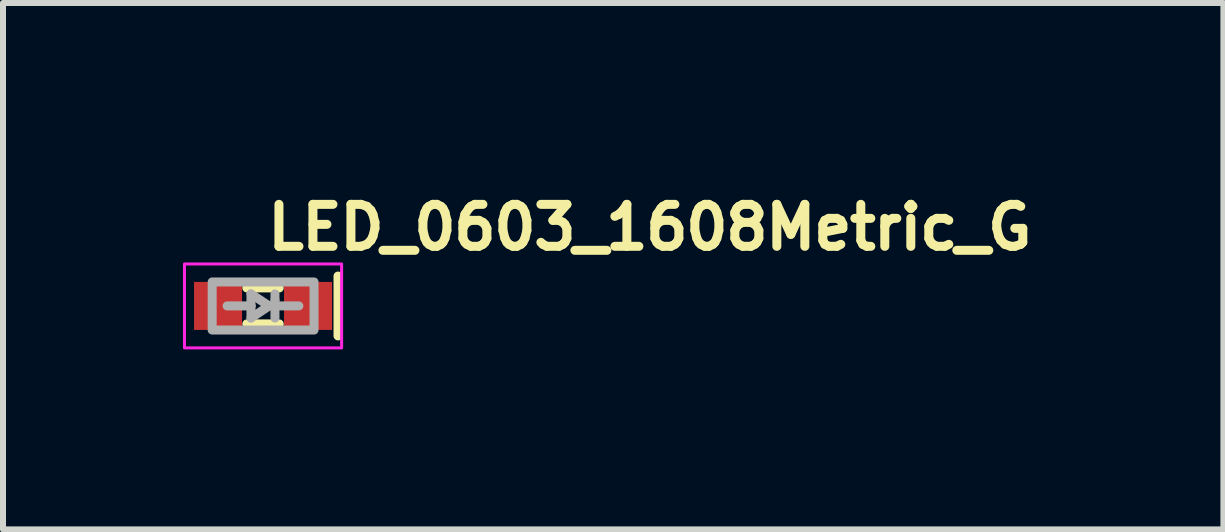
<source format=kicad_pcb>
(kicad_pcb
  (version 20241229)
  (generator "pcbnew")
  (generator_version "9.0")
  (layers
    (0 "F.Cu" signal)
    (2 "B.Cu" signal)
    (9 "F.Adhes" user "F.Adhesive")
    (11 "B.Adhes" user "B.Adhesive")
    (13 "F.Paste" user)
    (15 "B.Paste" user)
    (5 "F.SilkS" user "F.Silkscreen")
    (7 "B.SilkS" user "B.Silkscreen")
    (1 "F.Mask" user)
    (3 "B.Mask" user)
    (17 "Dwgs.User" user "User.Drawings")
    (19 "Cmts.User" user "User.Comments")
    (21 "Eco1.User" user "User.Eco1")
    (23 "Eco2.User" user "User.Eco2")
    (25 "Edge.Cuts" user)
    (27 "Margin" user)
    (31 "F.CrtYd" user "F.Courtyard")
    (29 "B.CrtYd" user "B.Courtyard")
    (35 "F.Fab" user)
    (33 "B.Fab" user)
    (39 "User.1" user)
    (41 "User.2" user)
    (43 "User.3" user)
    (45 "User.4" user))
  (footprint "LED_0603_1608Metric_G"
    (layer "F.Cu")
    (at 1.335 2.05)
    (property "Reference" "LED_0603_1608Metric_G" (at 0 -0.9 0) (layer "F.SilkS") (effects (font (size 0.7 0.7) (thickness 0.15)) (justify left bottom)))
    (attr smd)
    (fp_line (start -0.27 -0.3) (end 0.27 -0.3) (stroke (width 0.15) (type solid)) (layer "F.SilkS"))
    (fp_line (start -0.27 0.3) (end 0.27 0.3) (stroke (width 0.15) (type solid)) (layer "F.SilkS"))
    (fp_line (start 1.25 0.5) (end 1.25 -0.498) (stroke (width 0.15) (type solid)) (layer "F.SilkS"))
    (fp_rect (start 1.31 0.7) (end -1.31 -0.7) (stroke (width 0.05) (type solid)) (fill no) (layer "F.CrtYd"))
    (fp_line (start -0.599 0) (end -0.201 0) (stroke (width 0.15) (type solid)) (layer "F.Fab"))
    (fp_line (start -0.201 -0.2) (end -0.201 0) (stroke (width 0.15) (type solid)) (layer "F.Fab"))
    (fp_line (start -0.201 0) (end -0.201 0.202) (stroke (width 0.15) (type solid)) (layer "F.Fab"))
    (fp_line (start -0.201 0.202) (end 0.101 0) (stroke (width 0.15) (type solid)) (layer "F.Fab"))
    (fp_line (start 0.101 0) (end -0.201 -0.2) (stroke (width 0.15) (type solid)) (layer "F.Fab"))
    (fp_line (start 0.199 -0.2) (end 0.199 -0.1) (stroke (width 0.15) (type solid)) (layer "F.Fab"))
    (fp_line (start 0.199 0) (end 0.597 0) (stroke (width 0.15) (type solid)) (layer "F.Fab"))
    (fp_line (start 0.199 0.202) (end 0.199 -0.1) (stroke (width 0.15) (type solid)) (layer "F.Fab"))
    (fp_rect (start -0.848 -0.4) (end 0.85 0.402) (stroke (width 0.15) (type solid)) (fill no) (layer "F.Fab"))
    (fp_rect (start 0.81 0.4) (end -0.81 -0.4) (stroke (width 0.1) (type solid)) (fill no) (layer "User.5"))
    (fp_line (start -0.81 -0.34) (end -0.81 -0.148) (stroke (width 0.02) (type solid)) (layer "User.9"))
    (fp_line (start -0.81 -0.148) (end -0.802 -0.148) (stroke (width 0.02) (type solid)) (layer "User.9"))
    (fp_line (start -0.81 0.15) (end -0.81 0.342) (stroke (width 0.02) (type solid)) (layer "User.9"))
    (fp_line (start -0.81 0.342) (end -0.578 0.342) (stroke (width 0.02) (type solid)) (layer "User.9"))
    (fp_line (start -0.802 -0.148) (end -0.794 -0.148) (stroke (width 0.02) (type solid)) (layer "User.9"))
    (fp_line (start -0.802 0.15) (end -0.81 0.15) (stroke (width 0.02) (type solid)) (layer "User.9"))
    (fp_line (start -0.8 -0.4) (end -0.8 -0.34) (stroke (width 0.02) (type solid)) (layer "User.9"))
    (fp_line (start -0.8 0.342) (end -0.8 0.402) (stroke (width 0.02) (type solid)) (layer "User.9"))
    (fp_line (start -0.8 0.402) (end 0.802 0.402) (stroke (width 0.02) (type solid)) (layer "User.9"))
    (fp_line (start -0.794 -0.148) (end -0.786 -0.148) (stroke (width 0.02) (type solid)) (layer "User.9"))
    (fp_line (start -0.794 0.15) (end -0.802 0.15) (stroke (width 0.02) (type solid)) (layer "User.9"))
    (fp_line (start -0.786 -0.148) (end -0.779 -0.147) (stroke (width 0.02) (type solid)) (layer "User.9"))
    (fp_line (start -0.786 0.15) (end -0.794 0.15) (stroke (width 0.02) (type solid)) (layer "User.9"))
    (fp_line (start -0.779 -0.147) (end -0.771 -0.146) (stroke (width 0.02) (type solid)) (layer "User.9"))
    (fp_line (start -0.779 0.149) (end -0.786 0.15) (stroke (width 0.02) (type solid)) (layer "User.9"))
    (fp_line (start -0.771 -0.146) (end -0.763 -0.144) (stroke (width 0.02) (type solid)) (layer "User.9"))
    (fp_line (start -0.771 0.148) (end -0.779 0.149) (stroke (width 0.02) (type solid)) (layer "User.9"))
    (fp_line (start -0.763 -0.144) (end -0.755 -0.143) (stroke (width 0.02) (type solid)) (layer "User.9"))
    (fp_line (start -0.763 0.146) (end -0.771 0.148) (stroke (width 0.02) (type solid)) (layer "User.9"))
    (fp_line (start -0.755 -0.143) (end -0.748 -0.141) (stroke (width 0.02) (type solid)) (layer "User.9"))
    (fp_line (start -0.755 0.145) (end -0.763 0.146) (stroke (width 0.02) (type solid)) (layer "User.9"))
    (fp_line (start -0.748 -0.141) (end -0.741 -0.138) (stroke (width 0.02) (type solid)) (layer "User.9"))
    (fp_line (start -0.748 0.143) (end -0.755 0.145) (stroke (width 0.02) (type solid)) (layer "User.9"))
    (fp_line (start -0.741 -0.138) (end -0.734 -0.135) (stroke (width 0.02) (type solid)) (layer "User.9"))
    (fp_line (start -0.741 0.14) (end -0.748 0.143) (stroke (width 0.02) (type solid)) (layer "User.9"))
    (fp_line (start -0.734 -0.135) (end -0.727 -0.131) (stroke (width 0.02) (type solid)) (layer "User.9"))
    (fp_line (start -0.734 0.137) (end -0.741 0.14) (stroke (width 0.02) (type solid)) (layer "User.9"))
    (fp_line (start -0.727 -0.131) (end -0.721 -0.128) (stroke (width 0.02) (type solid)) (layer "User.9"))
    (fp_line (start -0.727 0.133) (end -0.734 0.137) (stroke (width 0.02) (type solid)) (layer "User.9"))
    (fp_line (start -0.721 -0.128) (end -0.714 -0.123) (stroke (width 0.02) (type solid)) (layer "User.9"))
    (fp_line (start -0.721 0.13) (end -0.727 0.133) (stroke (width 0.02) (type solid)) (layer "User.9"))
    (fp_line (start -0.714 -0.123) (end -0.708 -0.119) (stroke (width 0.02) (type solid)) (layer "User.9"))
    (fp_line (start -0.714 0.125) (end -0.721 0.13) (stroke (width 0.02) (type solid)) (layer "User.9"))
    (fp_line (start -0.708 -0.119) (end -0.703 -0.114) (stroke (width 0.02) (type solid)) (layer "User.9"))
    (fp_line (start -0.708 0.12) (end -0.714 0.125) (stroke (width 0.02) (type solid)) (layer "User.9"))
    (fp_line (start -0.703 -0.114) (end -0.697 -0.108) (stroke (width 0.02) (type solid)) (layer "User.9"))
    (fp_line (start -0.703 0.116) (end -0.708 0.12) (stroke (width 0.02) (type solid)) (layer "User.9"))
    (fp_line (start -0.697 -0.108) (end -0.697 -0.108) (stroke (width 0.02) (type solid)) (layer "User.9"))
    (fp_line (start -0.697 -0.108) (end -0.691 -0.104) (stroke (width 0.02) (type solid)) (layer "User.9"))
    (fp_line (start -0.697 0.11) (end -0.703 0.116) (stroke (width 0.02) (type solid)) (layer "User.9"))
    (fp_line (start -0.697 0.11) (end -0.697 0.11) (stroke (width 0.02) (type solid)) (layer "User.9"))
    (fp_line (start -0.691 -0.104) (end -0.686 -0.098) (stroke (width 0.02) (type solid)) (layer "User.9"))
    (fp_line (start -0.691 0.105) (end -0.697 0.11) (stroke (width 0.02) (type solid)) (layer "User.9"))
    (fp_line (start -0.686 -0.098) (end -0.681 -0.091) (stroke (width 0.02) (type solid)) (layer "User.9"))
    (fp_line (start -0.686 0.1) (end -0.691 0.105) (stroke (width 0.02) (type solid)) (layer "User.9"))
    (fp_line (start -0.681 -0.091) (end -0.677 -0.086) (stroke (width 0.02) (type solid)) (layer "User.9"))
    (fp_line (start -0.681 0.093) (end -0.686 0.1) (stroke (width 0.02) (type solid)) (layer "User.9"))
    (fp_line (start -0.677 -0.086) (end -0.673 -0.078) (stroke (width 0.02) (type solid)) (layer "User.9"))
    (fp_line (start -0.677 0.088) (end -0.681 0.093) (stroke (width 0.02) (type solid)) (layer "User.9"))
    (fp_line (start -0.673 -0.078) (end -0.669 -0.072) (stroke (width 0.02) (type solid)) (layer "User.9"))
    (fp_line (start -0.673 0.08) (end -0.677 0.088) (stroke (width 0.02) (type solid)) (layer "User.9"))
    (fp_line (start -0.669 -0.072) (end -0.665 -0.066) (stroke (width 0.02) (type solid)) (layer "User.9"))
    (fp_line (start -0.669 0.074) (end -0.673 0.08) (stroke (width 0.02) (type solid)) (layer "User.9"))
    (fp_line (start -0.665 -0.066) (end -0.662 -0.059) (stroke (width 0.02) (type solid)) (layer "User.9"))
    (fp_line (start -0.665 0.068) (end -0.669 0.074) (stroke (width 0.02) (type solid)) (layer "User.9"))
    (fp_line (start -0.662 -0.059) (end -0.659 -0.052) (stroke (width 0.02) (type solid)) (layer "User.9"))
    (fp_line (start -0.662 0.06) (end -0.665 0.068) (stroke (width 0.02) (type solid)) (layer "User.9"))
    (fp_line (start -0.659 -0.052) (end -0.657 -0.044) (stroke (width 0.02) (type solid)) (layer "User.9"))
    (fp_line (start -0.659 0.053) (end -0.662 0.06) (stroke (width 0.02) (type solid)) (layer "User.9"))
    (fp_line (start -0.657 -0.044) (end -0.654 -0.037) (stroke (width 0.02) (type solid)) (layer "User.9"))
    (fp_line (start -0.657 0.046) (end -0.659 0.053) (stroke (width 0.02) (type solid)) (layer "User.9"))
    (fp_line (start -0.654 -0.037) (end -0.653 -0.029) (stroke (width 0.02) (type solid)) (layer "User.9"))
    (fp_line (start -0.654 0.039) (end -0.657 0.046) (stroke (width 0.02) (type solid)) (layer "User.9"))
    (fp_line (start -0.653 -0.029) (end -0.651 -0.022) (stroke (width 0.02) (type solid)) (layer "User.9"))
    (fp_line (start -0.653 0.031) (end -0.654 0.039) (stroke (width 0.02) (type solid)) (layer "User.9"))
    (fp_line (start -0.651 -0.022) (end -0.65 -0.014) (stroke (width 0.02) (type solid)) (layer "User.9"))
    (fp_line (start -0.651 0.024) (end -0.653 0.031) (stroke (width 0.02) (type solid)) (layer "User.9"))
    (fp_line (start -0.65 -0.014) (end -0.65 -0.007) (stroke (width 0.02) (type solid)) (layer "User.9"))
    (fp_line (start -0.65 -0.007) (end -0.65 0) (stroke (width 0.02) (type solid)) (layer "User.9"))
    (fp_line (start -0.65 0) (end -0.65 0.008) (stroke (width 0.02) (type solid)) (layer "User.9"))
    (fp_line (start -0.65 0.008) (end -0.65 0.016) (stroke (width 0.02) (type solid)) (layer "User.9"))
    (fp_line (start -0.65 0.016) (end -0.651 0.024) (stroke (width 0.02) (type solid)) (layer "User.9"))
    (fp_line (start -0.598 -0.306) (end -0.597 -0.309) (stroke (width 0.02) (type solid)) (layer "User.9"))
    (fp_line (start -0.598 -0.304) (end -0.598 -0.306) (stroke (width 0.02) (type solid)) (layer "User.9"))
    (fp_line (start -0.598 -0.301) (end -0.598 -0.304) (stroke (width 0.02) (type solid)) (layer "User.9"))
    (fp_line (start -0.598 -0.298) (end -0.598 -0.301) (stroke (width 0.02) (type solid)) (layer "User.9"))
    (fp_line (start -0.598 -0.298) (end -0.598 0.3) (stroke (width 0.02) (type solid)) (layer "User.9"))
    (fp_line (start -0.598 0.303) (end -0.598 0.3) (stroke (width 0.02) (type solid)) (layer "User.9"))
    (fp_line (start -0.598 0.306) (end -0.598 0.303) (stroke (width 0.02) (type solid)) (layer "User.9"))
    (fp_line (start -0.598 0.308) (end -0.598 0.306) (stroke (width 0.02) (type solid)) (layer "User.9"))
    (fp_line (start -0.597 -0.311) (end -0.596 -0.313) (stroke (width 0.02) (type solid)) (layer "User.9"))
    (fp_line (start -0.597 -0.309) (end -0.597 -0.311) (stroke (width 0.02) (type solid)) (layer "User.9"))
    (fp_line (start -0.597 0.311) (end -0.598 0.308) (stroke (width 0.02) (type solid)) (layer "User.9"))
    (fp_line (start -0.597 0.313) (end -0.597 0.311) (stroke (width 0.02) (type solid)) (layer "User.9"))
    (fp_line (start -0.596 -0.313) (end -0.595 -0.316) (stroke (width 0.02) (type solid)) (layer "User.9"))
    (fp_line (start -0.596 0.315) (end -0.597 0.313) (stroke (width 0.02) (type solid)) (layer "User.9"))
    (fp_line (start -0.595 -0.318) (end -0.594 -0.321) (stroke (width 0.02) (type solid)) (layer "User.9"))
    (fp_line (start -0.595 -0.316) (end -0.595 -0.318) (stroke (width 0.02) (type solid)) (layer "User.9"))
    (fp_line (start -0.595 0.318) (end -0.596 0.315) (stroke (width 0.02) (type solid)) (layer "User.9"))
    (fp_line (start -0.595 0.32) (end -0.595 0.318) (stroke (width 0.02) (type solid)) (layer "User.9"))
    (fp_line (start -0.594 -0.321) (end -0.592 -0.323) (stroke (width 0.02) (type solid)) (layer "User.9"))
    (fp_line (start -0.594 0.323) (end -0.595 0.32) (stroke (width 0.02) (type solid)) (layer "User.9"))
    (fp_line (start -0.592 -0.323) (end -0.591 -0.325) (stroke (width 0.02) (type solid)) (layer "User.9"))
    (fp_line (start -0.592 0.325) (end -0.594 0.323) (stroke (width 0.02) (type solid)) (layer "User.9"))
    (fp_line (start -0.591 -0.325) (end -0.59 -0.327) (stroke (width 0.02) (type solid)) (layer "User.9"))
    (fp_line (start -0.591 0.327) (end -0.592 0.325) (stroke (width 0.02) (type solid)) (layer "User.9"))
    (fp_line (start -0.59 -0.327) (end -0.589 -0.329) (stroke (width 0.02) (type solid)) (layer "User.9"))
    (fp_line (start -0.59 0.329) (end -0.591 0.327) (stroke (width 0.02) (type solid)) (layer "User.9"))
    (fp_line (start -0.589 -0.329) (end -0.587 -0.331) (stroke (width 0.02) (type solid)) (layer "User.9"))
    (fp_line (start -0.589 0.331) (end -0.59 0.329) (stroke (width 0.02) (type solid)) (layer "User.9"))
    (fp_line (start -0.587 -0.331) (end -0.586 -0.333) (stroke (width 0.02) (type solid)) (layer "User.9"))
    (fp_line (start -0.587 0.333) (end -0.589 0.331) (stroke (width 0.02) (type solid)) (layer "User.9"))
    (fp_line (start -0.586 -0.333) (end -0.584 -0.335) (stroke (width 0.02) (type solid)) (layer "User.9"))
    (fp_line (start -0.586 0.335) (end -0.587 0.333) (stroke (width 0.02) (type solid)) (layer "User.9"))
    (fp_line (start -0.584 -0.335) (end -0.582 -0.337) (stroke (width 0.02) (type solid)) (layer "User.9"))
    (fp_line (start -0.584 0.337) (end -0.586 0.335) (stroke (width 0.02) (type solid)) (layer "User.9"))
    (fp_line (start -0.582 -0.337) (end -0.58 -0.338) (stroke (width 0.02) (type solid)) (layer "User.9"))
    (fp_line (start -0.582 0.339) (end -0.584 0.337) (stroke (width 0.02) (type solid)) (layer "User.9"))
    (fp_line (start -0.58 -0.338) (end -0.578 -0.34) (stroke (width 0.02) (type solid)) (layer "User.9"))
    (fp_line (start -0.58 0.34) (end -0.582 0.339) (stroke (width 0.02) (type solid)) (layer "User.9"))
    (fp_line (start -0.578 -0.34) (end -0.81 -0.34) (stroke (width 0.02) (type solid)) (layer "User.9"))
    (fp_line (start -0.578 -0.34) (end -0.576 -0.341) (stroke (width 0.02) (type solid)) (layer "User.9"))
    (fp_line (start -0.578 0.342) (end -0.58 0.34) (stroke (width 0.02) (type solid)) (layer "User.9"))
    (fp_line (start -0.576 -0.341) (end -0.575 -0.342) (stroke (width 0.02) (type solid)) (layer "User.9"))
    (fp_line (start -0.576 0.343) (end -0.578 0.342) (stroke (width 0.02) (type solid)) (layer "User.9"))
    (fp_line (start -0.575 -0.342) (end -0.573 -0.343) (stroke (width 0.02) (type solid)) (layer "User.9"))
    (fp_line (start -0.575 0.344) (end -0.576 0.343) (stroke (width 0.02) (type solid)) (layer "User.9"))
    (fp_line (start -0.573 -0.343) (end -0.571 -0.345) (stroke (width 0.02) (type solid)) (layer "User.9"))
    (fp_line (start -0.573 0.345) (end -0.575 0.344) (stroke (width 0.02) (type solid)) (layer "User.9"))
    (fp_line (start -0.571 -0.345) (end -0.569 -0.346) (stroke (width 0.02) (type solid)) (layer "User.9"))
    (fp_line (start -0.571 0.347) (end -0.573 0.345) (stroke (width 0.02) (type solid)) (layer "User.9"))
    (fp_line (start -0.569 -0.346) (end -0.567 -0.346) (stroke (width 0.02) (type solid)) (layer "User.9"))
    (fp_line (start -0.569 0.348) (end -0.571 0.347) (stroke (width 0.02) (type solid)) (layer "User.9"))
    (fp_line (start -0.567 -0.346) (end -0.564 -0.347) (stroke (width 0.02) (type solid)) (layer "User.9"))
    (fp_line (start -0.567 0.348) (end -0.569 0.348) (stroke (width 0.02) (type solid)) (layer "User.9"))
    (fp_line (start -0.564 -0.347) (end -0.562 -0.348) (stroke (width 0.02) (type solid)) (layer "User.9"))
    (fp_line (start -0.564 0.349) (end -0.567 0.348) (stroke (width 0.02) (type solid)) (layer "User.9"))
    (fp_line (start -0.562 -0.348) (end -0.56 -0.348) (stroke (width 0.02) (type solid)) (layer "User.9"))
    (fp_line (start -0.562 0.35) (end -0.564 0.349) (stroke (width 0.02) (type solid)) (layer "User.9"))
    (fp_line (start -0.56 -0.348) (end -0.557 -0.349) (stroke (width 0.02) (type solid)) (layer "User.9"))
    (fp_line (start -0.56 0.35) (end -0.562 0.35) (stroke (width 0.02) (type solid)) (layer "User.9"))
    (fp_line (start -0.557 -0.349) (end -0.555 -0.349) (stroke (width 0.02) (type solid)) (layer "User.9"))
    (fp_line (start -0.557 0.351) (end -0.56 0.35) (stroke (width 0.02) (type solid)) (layer "User.9"))
    (fp_line (start -0.555 -0.349) (end -0.552 -0.349) (stroke (width 0.02) (type solid)) (layer "User.9"))
    (fp_line (start -0.555 0.351) (end -0.557 0.351) (stroke (width 0.02) (type solid)) (layer "User.9"))
    (fp_line (start -0.552 -0.349) (end -0.55 -0.349) (stroke (width 0.02) (type solid)) (layer "User.9"))
    (fp_line (start -0.552 0.351) (end -0.555 0.351) (stroke (width 0.02) (type solid)) (layer "User.9"))
    (fp_line (start -0.55 0.351) (end -0.552 0.351) (stroke (width 0.02) (type solid)) (layer "User.9"))
    (fp_line (start -0.55 0.351) (end 0.552 0.351) (stroke (width 0.02) (type solid)) (layer "User.9"))
    (fp_line (start 0.5 -0.39) (end 0.5 -0.349) (stroke (width 0.02) (type solid)) (layer "User.9"))
    (fp_line (start 0.5 0.351) (end 0.5 0.392) (stroke (width 0.02) (type solid)) (layer "User.9"))
    (fp_line (start 0.5 0.392) (end 0.782 0.392) (stroke (width 0.02) (type solid)) (layer "User.9"))
    (fp_line (start 0.552 -0.349) (end -0.55 -0.349) (stroke (width 0.02) (type solid)) (layer "User.9"))
    (fp_line (start 0.552 -0.349) (end 0.554 -0.349) (stroke (width 0.02) (type solid)) (layer "User.9"))
    (fp_line (start 0.554 -0.349) (end 0.557 -0.349) (stroke (width 0.02) (type solid)) (layer "User.9"))
    (fp_line (start 0.554 0.351) (end 0.552 0.351) (stroke (width 0.02) (type solid)) (layer "User.9"))
    (fp_line (start 0.557 -0.349) (end 0.559 -0.349) (stroke (width 0.02) (type solid)) (layer "User.9"))
    (fp_line (start 0.557 0.351) (end 0.554 0.351) (stroke (width 0.02) (type solid)) (layer "User.9"))
    (fp_line (start 0.559 -0.349) (end 0.562 -0.348) (stroke (width 0.02) (type solid)) (layer "User.9"))
    (fp_line (start 0.559 0.351) (end 0.557 0.351) (stroke (width 0.02) (type solid)) (layer "User.9"))
    (fp_line (start 0.562 -0.348) (end 0.564 -0.348) (stroke (width 0.02) (type solid)) (layer "User.9"))
    (fp_line (start 0.562 0.35) (end 0.559 0.351) (stroke (width 0.02) (type solid)) (layer "User.9"))
    (fp_line (start 0.564 -0.348) (end 0.566 -0.347) (stroke (width 0.02) (type solid)) (layer "User.9"))
    (fp_line (start 0.564 0.35) (end 0.562 0.35) (stroke (width 0.02) (type solid)) (layer "User.9"))
    (fp_line (start 0.566 -0.347) (end 0.569 -0.346) (stroke (width 0.02) (type solid)) (layer "User.9"))
    (fp_line (start 0.566 0.349) (end 0.564 0.35) (stroke (width 0.02) (type solid)) (layer "User.9"))
    (fp_line (start 0.569 -0.346) (end 0.571 -0.346) (stroke (width 0.02) (type solid)) (layer "User.9"))
    (fp_line (start 0.569 0.348) (end 0.566 0.349) (stroke (width 0.02) (type solid)) (layer "User.9"))
    (fp_line (start 0.571 -0.346) (end 0.573 -0.345) (stroke (width 0.02) (type solid)) (layer "User.9"))
    (fp_line (start 0.571 0.348) (end 0.569 0.348) (stroke (width 0.02) (type solid)) (layer "User.9"))
    (fp_line (start 0.573 -0.345) (end 0.575 -0.343) (stroke (width 0.02) (type solid)) (layer "User.9"))
    (fp_line (start 0.573 0.347) (end 0.571 0.348) (stroke (width 0.02) (type solid)) (layer "User.9"))
    (fp_line (start 0.575 -0.343) (end 0.577 -0.342) (stroke (width 0.02) (type solid)) (layer "User.9"))
    (fp_line (start 0.575 0.345) (end 0.573 0.347) (stroke (width 0.02) (type solid)) (layer "User.9"))
    (fp_line (start 0.577 -0.342) (end 0.578 -0.341) (stroke (width 0.02) (type solid)) (layer "User.9"))
    (fp_line (start 0.577 0.344) (end 0.575 0.345) (stroke (width 0.02) (type solid)) (layer "User.9"))
    (fp_line (start 0.578 -0.341) (end 0.58 -0.34) (stroke (width 0.02) (type solid)) (layer "User.9"))
    (fp_line (start 0.578 0.343) (end 0.577 0.344) (stroke (width 0.02) (type solid)) (layer "User.9"))
    (fp_line (start 0.58 -0.34) (end 0.582 -0.338) (stroke (width 0.02) (type solid)) (layer "User.9"))
    (fp_line (start 0.58 0.342) (end 0.578 0.343) (stroke (width 0.02) (type solid)) (layer "User.9"))
    (fp_line (start 0.58 0.342) (end 0.812 0.342) (stroke (width 0.02) (type solid)) (layer "User.9"))
    (fp_line (start 0.582 -0.338) (end 0.584 -0.337) (stroke (width 0.02) (type solid)) (layer "User.9"))
    (fp_line (start 0.582 0.34) (end 0.58 0.342) (stroke (width 0.02) (type solid)) (layer "User.9"))
    (fp_line (start 0.584 -0.337) (end 0.586 -0.335) (stroke (width 0.02) (type solid)) (layer "User.9"))
    (fp_line (start 0.584 0.339) (end 0.582 0.34) (stroke (width 0.02) (type solid)) (layer "User.9"))
    (fp_line (start 0.586 -0.335) (end 0.588 -0.333) (stroke (width 0.02) (type solid)) (layer "User.9"))
    (fp_line (start 0.586 0.337) (end 0.584 0.339) (stroke (width 0.02) (type solid)) (layer "User.9"))
    (fp_line (start 0.588 -0.333) (end 0.589 -0.331) (stroke (width 0.02) (type solid)) (layer "User.9"))
    (fp_line (start 0.588 0.335) (end 0.586 0.337) (stroke (width 0.02) (type solid)) (layer "User.9"))
    (fp_line (start 0.589 -0.331) (end 0.591 -0.329) (stroke (width 0.02) (type solid)) (layer "User.9"))
    (fp_line (start 0.589 0.333) (end 0.588 0.335) (stroke (width 0.02) (type solid)) (layer "User.9"))
    (fp_line (start 0.591 -0.329) (end 0.592 -0.327) (stroke (width 0.02) (type solid)) (layer "User.9"))
    (fp_line (start 0.591 0.331) (end 0.589 0.333) (stroke (width 0.02) (type solid)) (layer "User.9"))
    (fp_line (start 0.592 -0.327) (end 0.593 -0.325) (stroke (width 0.02) (type solid)) (layer "User.9"))
    (fp_line (start 0.592 0.329) (end 0.591 0.331) (stroke (width 0.02) (type solid)) (layer "User.9"))
    (fp_line (start 0.593 -0.325) (end 0.594 -0.323) (stroke (width 0.02) (type solid)) (layer "User.9"))
    (fp_line (start 0.593 0.327) (end 0.592 0.329) (stroke (width 0.02) (type solid)) (layer "User.9"))
    (fp_line (start 0.594 -0.323) (end 0.596 -0.321) (stroke (width 0.02) (type solid)) (layer "User.9"))
    (fp_line (start 0.594 0.325) (end 0.593 0.327) (stroke (width 0.02) (type solid)) (layer "User.9"))
    (fp_line (start 0.596 -0.321) (end 0.597 -0.318) (stroke (width 0.02) (type solid)) (layer "User.9"))
    (fp_line (start 0.596 0.323) (end 0.594 0.325) (stroke (width 0.02) (type solid)) (layer "User.9"))
    (fp_line (start 0.597 -0.318) (end 0.597 -0.316) (stroke (width 0.02) (type solid)) (layer "User.9"))
    (fp_line (start 0.597 -0.316) (end 0.598 -0.313) (stroke (width 0.02) (type solid)) (layer "User.9"))
    (fp_line (start 0.597 0.318) (end 0.597 0.32) (stroke (width 0.02) (type solid)) (layer "User.9"))
    (fp_line (start 0.597 0.32) (end 0.596 0.323) (stroke (width 0.02) (type solid)) (layer "User.9"))
    (fp_line (start 0.598 -0.313) (end 0.599 -0.311) (stroke (width 0.02) (type solid)) (layer "User.9"))
    (fp_line (start 0.598 0.315) (end 0.597 0.318) (stroke (width 0.02) (type solid)) (layer "User.9"))
    (fp_line (start 0.599 -0.311) (end 0.599 -0.309) (stroke (width 0.02) (type solid)) (layer "User.9"))
    (fp_line (start 0.599 -0.309) (end 0.6 -0.306) (stroke (width 0.02) (type solid)) (layer "User.9"))
    (fp_line (start 0.599 0.311) (end 0.599 0.313) (stroke (width 0.02) (type solid)) (layer "User.9"))
    (fp_line (start 0.599 0.313) (end 0.598 0.315) (stroke (width 0.02) (type solid)) (layer "User.9"))
    (fp_line (start 0.6 -0.306) (end 0.6 -0.304) (stroke (width 0.02) (type solid)) (layer "User.9"))
    (fp_line (start 0.6 -0.304) (end 0.6 -0.301) (stroke (width 0.02) (type solid)) (layer "User.9"))
    (fp_line (start 0.6 -0.301) (end 0.6 -0.298) (stroke (width 0.02) (type solid)) (layer "User.9"))
    (fp_line (start 0.6 0.3) (end 0.6 -0.298) (stroke (width 0.02) (type solid)) (layer "User.9"))
    (fp_line (start 0.6 0.3) (end 0.6 0.303) (stroke (width 0.02) (type solid)) (layer "User.9"))
    (fp_line (start 0.6 0.303) (end 0.6 0.306) (stroke (width 0.02) (type solid)) (layer "User.9"))
    (fp_line (start 0.6 0.306) (end 0.6 0.308) (stroke (width 0.02) (type solid)) (layer "User.9"))
    (fp_line (start 0.6 0.308) (end 0.599 0.311) (stroke (width 0.02) (type solid)) (layer "User.9"))
    (fp_line (start 0.651 0) (end 0.652 -0.01) (stroke (width 0.02) (type solid)) (layer "User.9"))
    (fp_line (start 0.652 -0.01) (end 0.653 -0.02) (stroke (width 0.02) (type solid)) (layer "User.9"))
    (fp_line (start 0.652 0.011) (end 0.651 0) (stroke (width 0.02) (type solid)) (layer "User.9"))
    (fp_line (start 0.653 -0.02) (end 0.655 -0.029) (stroke (width 0.02) (type solid)) (layer "User.9"))
    (fp_line (start 0.653 0.022) (end 0.652 0.011) (stroke (width 0.02) (type solid)) (layer "User.9"))
    (fp_line (start 0.655 -0.029) (end 0.657 -0.04) (stroke (width 0.02) (type solid)) (layer "User.9"))
    (fp_line (start 0.655 0.031) (end 0.653 0.022) (stroke (width 0.02) (type solid)) (layer "User.9"))
    (fp_line (start 0.657 -0.04) (end 0.66 -0.049) (stroke (width 0.02) (type solid)) (layer "User.9"))
    (fp_line (start 0.657 0.042) (end 0.655 0.031) (stroke (width 0.02) (type solid)) (layer "User.9"))
    (fp_line (start 0.66 -0.049) (end 0.664 -0.059) (stroke (width 0.02) (type solid)) (layer "User.9"))
    (fp_line (start 0.66 0.051) (end 0.657 0.042) (stroke (width 0.02) (type solid)) (layer "User.9"))
    (fp_line (start 0.664 -0.059) (end 0.668 -0.068) (stroke (width 0.02) (type solid)) (layer "User.9"))
    (fp_line (start 0.664 0.06) (end 0.66 0.051) (stroke (width 0.02) (type solid)) (layer "User.9"))
    (fp_line (start 0.668 -0.068) (end 0.673 -0.076) (stroke (width 0.02) (type solid)) (layer "User.9"))
    (fp_line (start 0.668 0.07) (end 0.664 0.06) (stroke (width 0.02) (type solid)) (layer "User.9"))
    (fp_line (start 0.673 -0.076) (end 0.673 -0.076) (stroke (width 0.02) (type solid)) (layer "User.9"))
    (fp_line (start 0.673 -0.076) (end 0.676 -0.082) (stroke (width 0.02) (type solid)) (layer "User.9"))
    (fp_line (start 0.673 0.078) (end 0.668 0.07) (stroke (width 0.02) (type solid)) (layer "User.9"))
    (fp_line (start 0.673 0.078) (end 0.673 0.078) (stroke (width 0.02) (type solid)) (layer "User.9"))
    (fp_line (start 0.676 -0.082) (end 0.679 -0.086) (stroke (width 0.02) (type solid)) (layer "User.9"))
    (fp_line (start 0.679 -0.086) (end 0.682 -0.089) (stroke (width 0.02) (type solid)) (layer "User.9"))
    (fp_line (start 0.679 0.088) (end 0.673 0.078) (stroke (width 0.02) (type solid)) (layer "User.9"))
    (fp_line (start 0.682 -0.089) (end 0.685 -0.093) (stroke (width 0.02) (type solid)) (layer "User.9"))
    (fp_line (start 0.685 -0.093) (end 0.689 -0.098) (stroke (width 0.02) (type solid)) (layer "User.9"))
    (fp_line (start 0.685 0.095) (end 0.679 0.088) (stroke (width 0.02) (type solid)) (layer "User.9"))
    (fp_line (start 0.689 -0.098) (end 0.692 -0.102) (stroke (width 0.02) (type solid)) (layer "User.9"))
    (fp_line (start 0.692 -0.102) (end 0.696 -0.105) (stroke (width 0.02) (type solid)) (layer "User.9"))
    (fp_line (start 0.692 0.104) (end 0.685 0.095) (stroke (width 0.02) (type solid)) (layer "User.9"))
    (fp_line (start 0.696 -0.105) (end 0.699 -0.108) (stroke (width 0.02) (type solid)) (layer "User.9"))
    (fp_line (start 0.699 -0.108) (end 0.703 -0.113) (stroke (width 0.02) (type solid)) (layer "User.9"))
    (fp_line (start 0.699 0.11) (end 0.692 0.104) (stroke (width 0.02) (type solid)) (layer "User.9"))
    (fp_line (start 0.703 -0.113) (end 0.706 -0.116) (stroke (width 0.02) (type solid)) (layer "User.9"))
    (fp_line (start 0.706 -0.116) (end 0.71 -0.119) (stroke (width 0.02) (type solid)) (layer "User.9"))
    (fp_line (start 0.706 0.118) (end 0.699 0.11) (stroke (width 0.02) (type solid)) (layer "User.9"))
    (fp_line (start 0.71 -0.119) (end 0.714 -0.121) (stroke (width 0.02) (type solid)) (layer "User.9"))
    (fp_line (start 0.714 -0.121) (end 0.718 -0.124) (stroke (width 0.02) (type solid)) (layer "User.9"))
    (fp_line (start 0.714 0.123) (end 0.706 0.118) (stroke (width 0.02) (type solid)) (layer "User.9"))
    (fp_line (start 0.718 -0.124) (end 0.723 -0.128) (stroke (width 0.02) (type solid)) (layer "User.9"))
    (fp_line (start 0.723 -0.128) (end 0.727 -0.13) (stroke (width 0.02) (type solid)) (layer "User.9"))
    (fp_line (start 0.723 0.13) (end 0.714 0.123) (stroke (width 0.02) (type solid)) (layer "User.9"))
    (fp_line (start 0.727 -0.13) (end 0.731 -0.133) (stroke (width 0.02) (type solid)) (layer "User.9"))
    (fp_line (start 0.731 -0.133) (end 0.736 -0.135) (stroke (width 0.02) (type solid)) (layer "User.9"))
    (fp_line (start 0.731 0.135) (end 0.723 0.13) (stroke (width 0.02) (type solid)) (layer "User.9"))
    (fp_line (start 0.736 -0.135) (end 0.74 -0.137) (stroke (width 0.02) (type solid)) (layer "User.9"))
    (fp_line (start 0.74 -0.137) (end 0.745 -0.139) (stroke (width 0.02) (type solid)) (layer "User.9"))
    (fp_line (start 0.74 0.139) (end 0.731 0.135) (stroke (width 0.02) (type solid)) (layer "User.9"))
    (fp_line (start 0.745 -0.139) (end 0.75 -0.141) (stroke (width 0.02) (type solid)) (layer "User.9"))
    (fp_line (start 0.75 -0.141) (end 0.755 -0.142) (stroke (width 0.02) (type solid)) (layer "User.9"))
    (fp_line (start 0.75 0.143) (end 0.74 0.139) (stroke (width 0.02) (type solid)) (layer "User.9"))
    (fp_line (start 0.755 -0.142) (end 0.76 -0.144) (stroke (width 0.02) (type solid)) (layer "User.9"))
    (fp_line (start 0.76 -0.144) (end 0.764 -0.144) (stroke (width 0.02) (type solid)) (layer "User.9"))
    (fp_line (start 0.76 0.145) (end 0.75 0.143) (stroke (width 0.02) (type solid)) (layer "User.9"))
    (fp_line (start 0.764 -0.144) (end 0.77 -0.145) (stroke (width 0.02) (type solid)) (layer "User.9"))
    (fp_line (start 0.77 -0.145) (end 0.775 -0.146) (stroke (width 0.02) (type solid)) (layer "User.9"))
    (fp_line (start 0.77 0.147) (end 0.76 0.145) (stroke (width 0.02) (type solid)) (layer "User.9"))
    (fp_line (start 0.775 -0.146) (end 0.78 -0.147) (stroke (width 0.02) (type solid)) (layer "User.9"))
    (fp_line (start 0.78 -0.147) (end 0.786 -0.148) (stroke (width 0.02) (type solid)) (layer "User.9"))
    (fp_line (start 0.78 0.149) (end 0.77 0.147) (stroke (width 0.02) (type solid)) (layer "User.9"))
    (fp_line (start 0.782 -0.39) (end 0.5 -0.39) (stroke (width 0.02) (type solid)) (layer "User.9"))
    (fp_line (start 0.782 -0.34) (end 0.782 -0.39) (stroke (width 0.02) (type solid)) (layer "User.9"))
    (fp_line (start 0.782 0.392) (end 0.782 0.342) (stroke (width 0.02) (type solid)) (layer "User.9"))
    (fp_line (start 0.786 -0.148) (end 0.791 -0.148) (stroke (width 0.02) (type solid)) (layer "User.9"))
    (fp_line (start 0.791 -0.148) (end 0.796 -0.148) (stroke (width 0.02) (type solid)) (layer "User.9"))
    (fp_line (start 0.791 0.15) (end 0.78 0.149) (stroke (width 0.02) (type solid)) (layer "User.9"))
    (fp_line (start 0.796 -0.148) (end 0.801 -0.149) (stroke (width 0.02) (type solid)) (layer "User.9"))
    (fp_line (start 0.801 -0.149) (end 0.806 -0.148) (stroke (width 0.02) (type solid)) (layer "User.9"))
    (fp_line (start 0.801 0.151) (end 0.791 0.15) (stroke (width 0.02) (type solid)) (layer "User.9"))
    (fp_line (start 0.802 -0.4) (end -0.8 -0.4) (stroke (width 0.02) (type solid)) (layer "User.9"))
    (fp_line (start 0.802 -0.34) (end 0.802 -0.4) (stroke (width 0.02) (type solid)) (layer "User.9"))
    (fp_line (start 0.802 0.402) (end 0.802 0.342) (stroke (width 0.02) (type solid)) (layer "User.9"))
    (fp_line (start 0.806 -0.148) (end 0.812 -0.148) (stroke (width 0.02) (type solid)) (layer "User.9"))
    (fp_line (start 0.812 -0.34) (end 0.58 -0.34) (stroke (width 0.02) (type solid)) (layer "User.9"))
    (fp_line (start 0.812 -0.148) (end 0.812 -0.34) (stroke (width 0.02) (type solid)) (layer "User.9"))
    (fp_line (start 0.812 0.15) (end 0.801 0.151) (stroke (width 0.02) (type solid)) (layer "User.9"))
    (fp_line (start 0.812 0.342) (end 0.812 0.15) (stroke (width 0.02) (type solid)) (layer "User.9"))
    (pad "1" smd rect (at -0.75 0 180) (size 0.8 0.8) (layers "F.Cu" "F.Mask" "F.Paste"))
    (pad "2" smd rect (at 0.75 0 180) (size 0.8 0.8) (layers "F.Cu" "F.Mask" "F.Paste")))
  (gr_rect
    (start -3 -3)
    (end 17.345 5.775)
    (stroke (width 0.1) (type default))
    (fill no)
    (layer "Edge.Cuts")))
</source>
